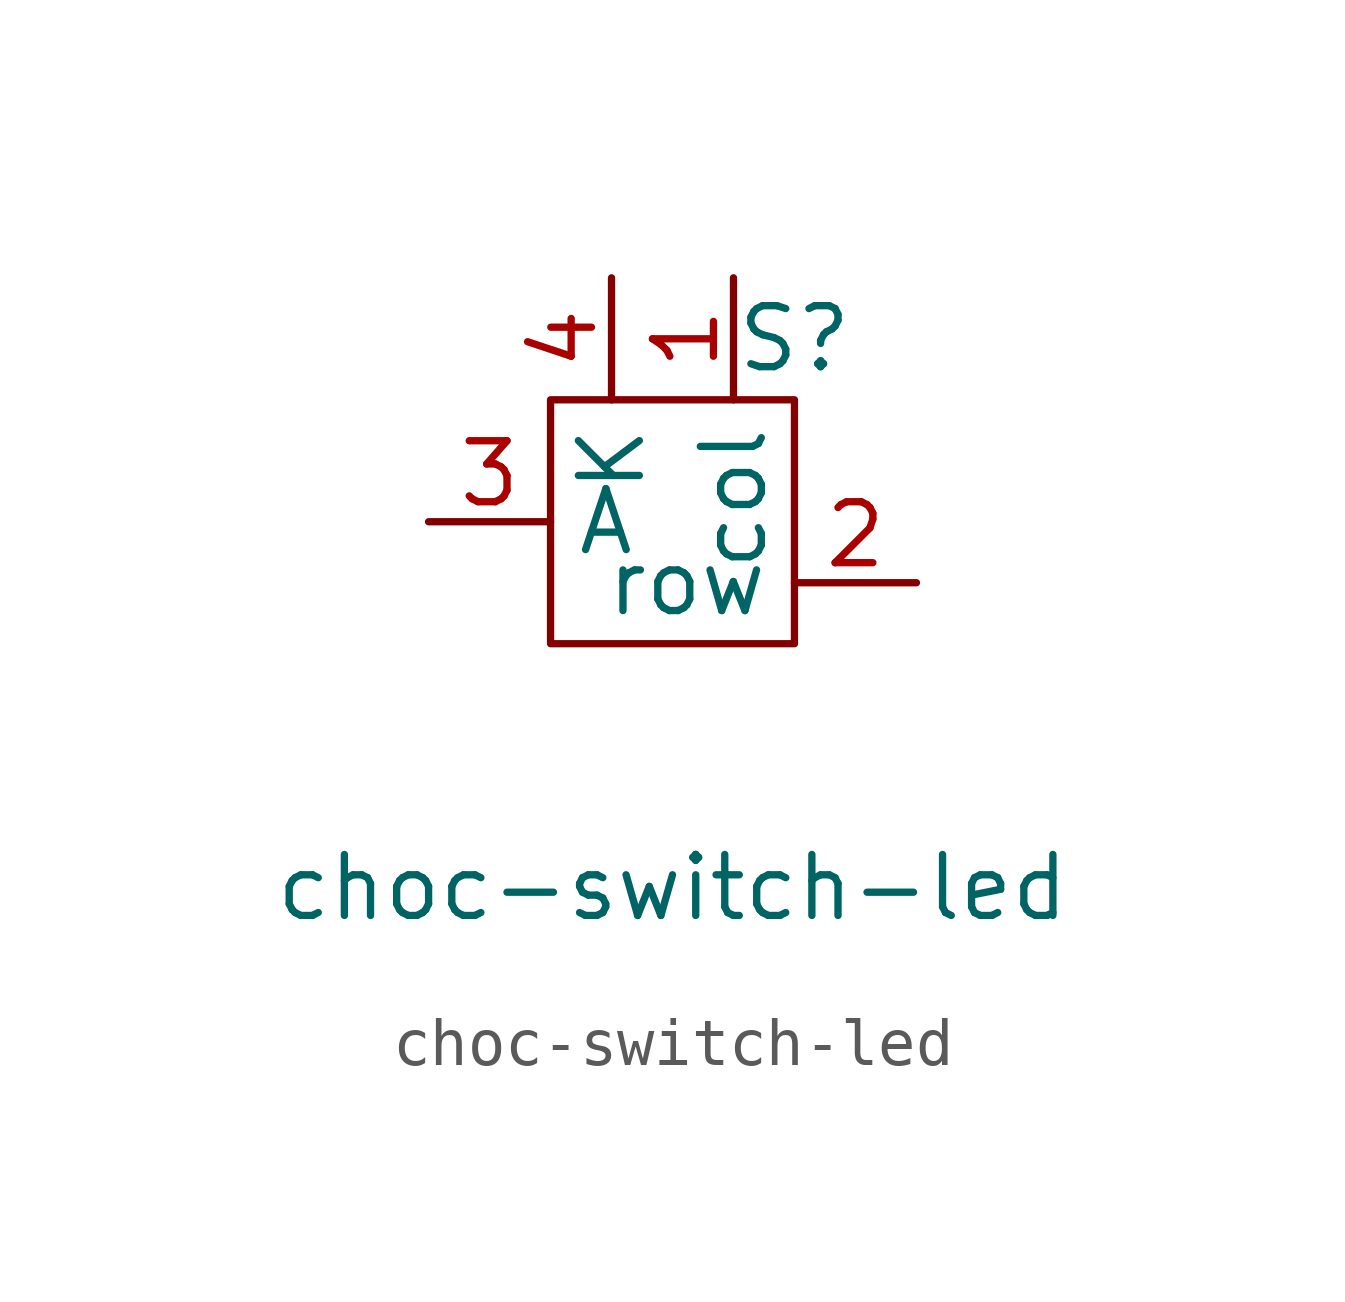
<source format=kicad_sym>
(kicad_symbol_lib
  (version 20211014)
  (generator kicad_symbol_editor)
  (symbol "choc-switch-led"
    (property "Reference" "S"
      (at 2.54 3.81 0)
      (effects (font (size 1.27 1.27))))
    (property "Value" "choc-switch-led"
      (at 0 -7.62 0)
      (effects (font (size 1.27 1.27))))
    (symbol "choc-switch-led_0_1"
      (rectangle (start -2.54 2.54) (end 2.54 -2.54) (stroke (width 0.152) (type default) (color 0 0 0 0)) (fill (type none))))
    (symbol "choc-switch-led_1_1"
      (pin bidirectional line (at 1.27 5.08 270) (length 2.54) (name "col" (effects (font (size 1.27 1.27)))) (number "1" (effects (font (size 1.27 1.27)))))
      (pin bidirectional line (at 5.08 -1.27 180) (length 2.54) (name "row" (effects (font (size 1.27 1.27)))) (number "2" (effects (font (size 1.27 1.27)))))
      (pin bidirectional line (at -5.08 0 0) (length 2.54) (name "A" (effects (font (size 1.27 1.27)))) (number "3" (effects (font (size 1.27 1.27)))))
      (pin bidirectional line (at -1.27 5.08 270) (length 2.54) (name "K" (effects (font (size 1.27 1.27)))) (number "4" (effects (font (size 1.27 1.27))))))))
</source>
